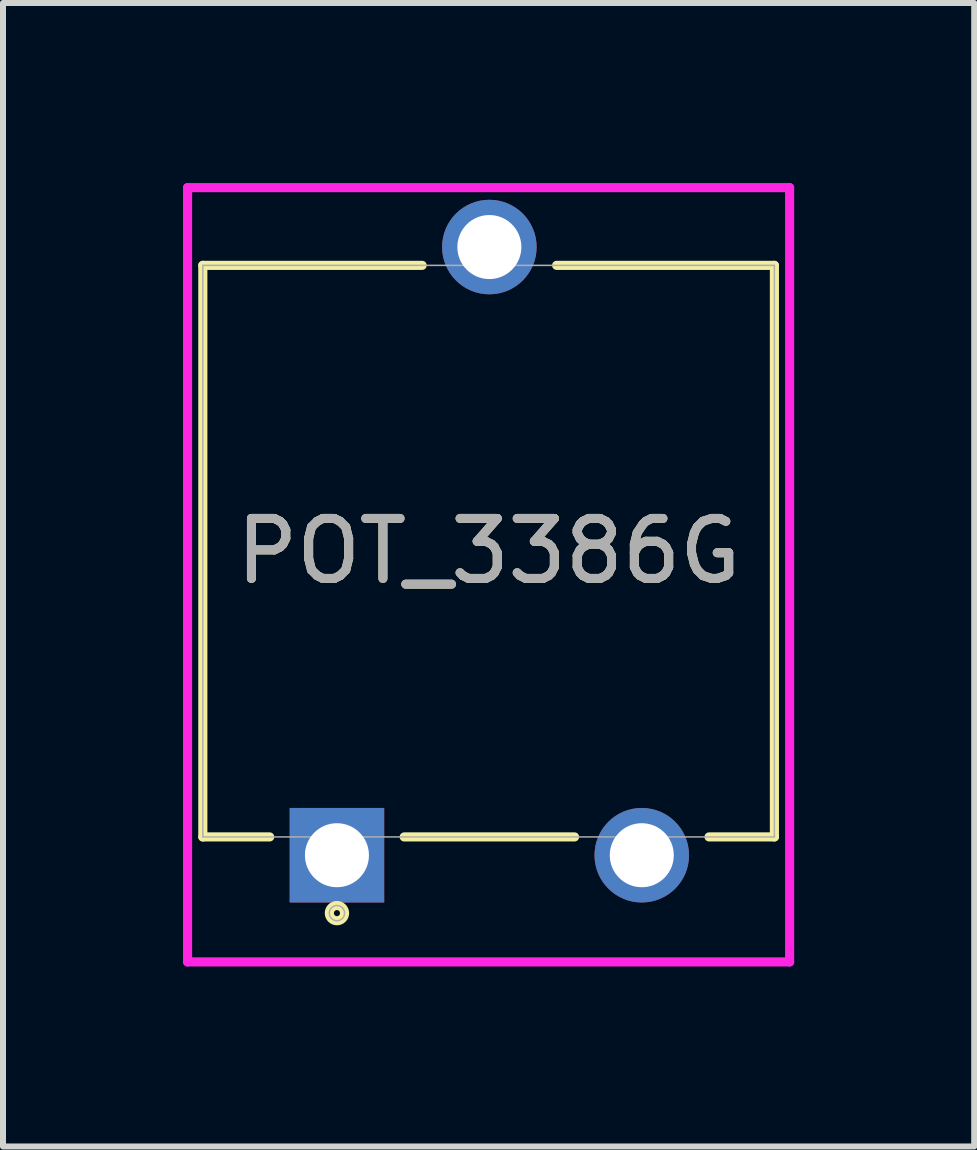
<source format=kicad_pcb>
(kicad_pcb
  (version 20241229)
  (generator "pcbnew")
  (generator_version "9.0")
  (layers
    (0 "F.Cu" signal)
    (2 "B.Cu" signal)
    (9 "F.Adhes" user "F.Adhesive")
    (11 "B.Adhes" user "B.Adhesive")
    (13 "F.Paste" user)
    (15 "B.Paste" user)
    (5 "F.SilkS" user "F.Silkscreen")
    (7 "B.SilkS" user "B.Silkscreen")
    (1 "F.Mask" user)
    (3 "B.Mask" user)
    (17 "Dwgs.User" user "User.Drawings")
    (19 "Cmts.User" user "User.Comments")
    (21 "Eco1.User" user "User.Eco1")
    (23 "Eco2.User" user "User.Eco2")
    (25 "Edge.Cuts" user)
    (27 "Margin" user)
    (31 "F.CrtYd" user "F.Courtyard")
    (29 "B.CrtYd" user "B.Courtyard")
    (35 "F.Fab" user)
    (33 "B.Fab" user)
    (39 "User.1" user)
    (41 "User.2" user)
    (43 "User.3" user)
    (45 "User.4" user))
  (footprint "POT_3386G"
    (layer "F.Cu")
    (at 7.62 1.372)
    (property "Reference" "POT_3386G" (at -2.527 4.763 0) (unlocked yes) (layer "F.SilkS") (effects (font (size 1 1) (thickness 0.15))))
    (attr through_hole)
    (fp_line (start -7.29 0) (end -7.29 9.525) (stroke (width 0.152) (type solid)) (layer "F.SilkS"))
    (fp_line (start -7.29 9.525) (end -6.175 9.525) (stroke (width 0.152) (type solid)) (layer "F.SilkS"))
    (fp_line (start -3.934 9.525) (end -1.095 9.525) (stroke (width 0.152) (type solid)) (layer "F.SilkS"))
    (fp_line (start -3.635 0) (end -7.29 0) (stroke (width 0.152) (type solid)) (layer "F.SilkS"))
    (fp_line (start 1.146 9.525) (end 2.235 9.525) (stroke (width 0.152) (type solid)) (layer "F.SilkS"))
    (fp_line (start 2.235 0) (end -1.394 0) (stroke (width 0.152) (type solid)) (layer "F.SilkS"))
    (fp_line (start 2.235 9.525) (end 2.235 0) (stroke (width 0.152) (type solid)) (layer "F.SilkS"))
    (fp_circle (center -5.055 10.795) (end -4.928 10.795) (stroke (width 0.152) (type solid)) (fill no) (layer "F.SilkS"))
    (fp_line (start -7.544 -1.295) (end 2.489 -1.295) (stroke (width 0.152) (type solid)) (layer "F.CrtYd"))
    (fp_line (start -7.544 11.608) (end -7.544 -1.295) (stroke (width 0.152) (type solid)) (layer "F.CrtYd"))
    (fp_line (start 2.489 -1.295) (end 2.489 11.608) (stroke (width 0.152) (type solid)) (layer "F.CrtYd"))
    (fp_line (start 2.489 11.608) (end -7.544 11.608) (stroke (width 0.152) (type solid)) (layer "F.CrtYd"))
    (fp_line (start -7.29 0) (end -7.29 9.525) (stroke (width 0.025) (type solid)) (layer "F.Fab"))
    (fp_line (start -7.29 9.525) (end 2.235 9.525) (stroke (width 0.025) (type solid)) (layer "F.Fab"))
    (fp_line (start 2.235 0) (end -7.29 0) (stroke (width 0.025) (type solid)) (layer "F.Fab"))
    (fp_line (start 2.235 9.525) (end 2.235 0) (stroke (width 0.025) (type solid)) (layer "F.Fab"))
    (fp_circle (center -5.055 10.795) (end -4.928 10.795) (stroke (width 0.025) (type solid)) (fill no) (layer "F.Fab"))
    (fp_text user "${REFERENCE}" (at -2.527 4.763 0) (unlocked yes) (layer "F.Fab") (effects (font (size 1 1) (thickness 0.15))))
    (pad "1" thru_hole rect (at -5.055 9.83) (size 1.575 1.575) (drill 1.067) (layers "*.Cu" "*.Mask"))
    (pad "2" thru_hole circle (at -2.515 -0.305) (size 1.575 1.575) (drill 1.067) (layers "*.Cu" "*.Mask"))
    (pad "3" thru_hole circle (at 0.025 9.83) (size 1.575 1.575) (drill 1.067) (layers "*.Cu" "*.Mask")))
  (gr_rect
    (start -3 -3)
    (end 13.185 16.056)
    (stroke (width 0.1) (type default))
    (fill no)
    (layer "Edge.Cuts")))
</source>
